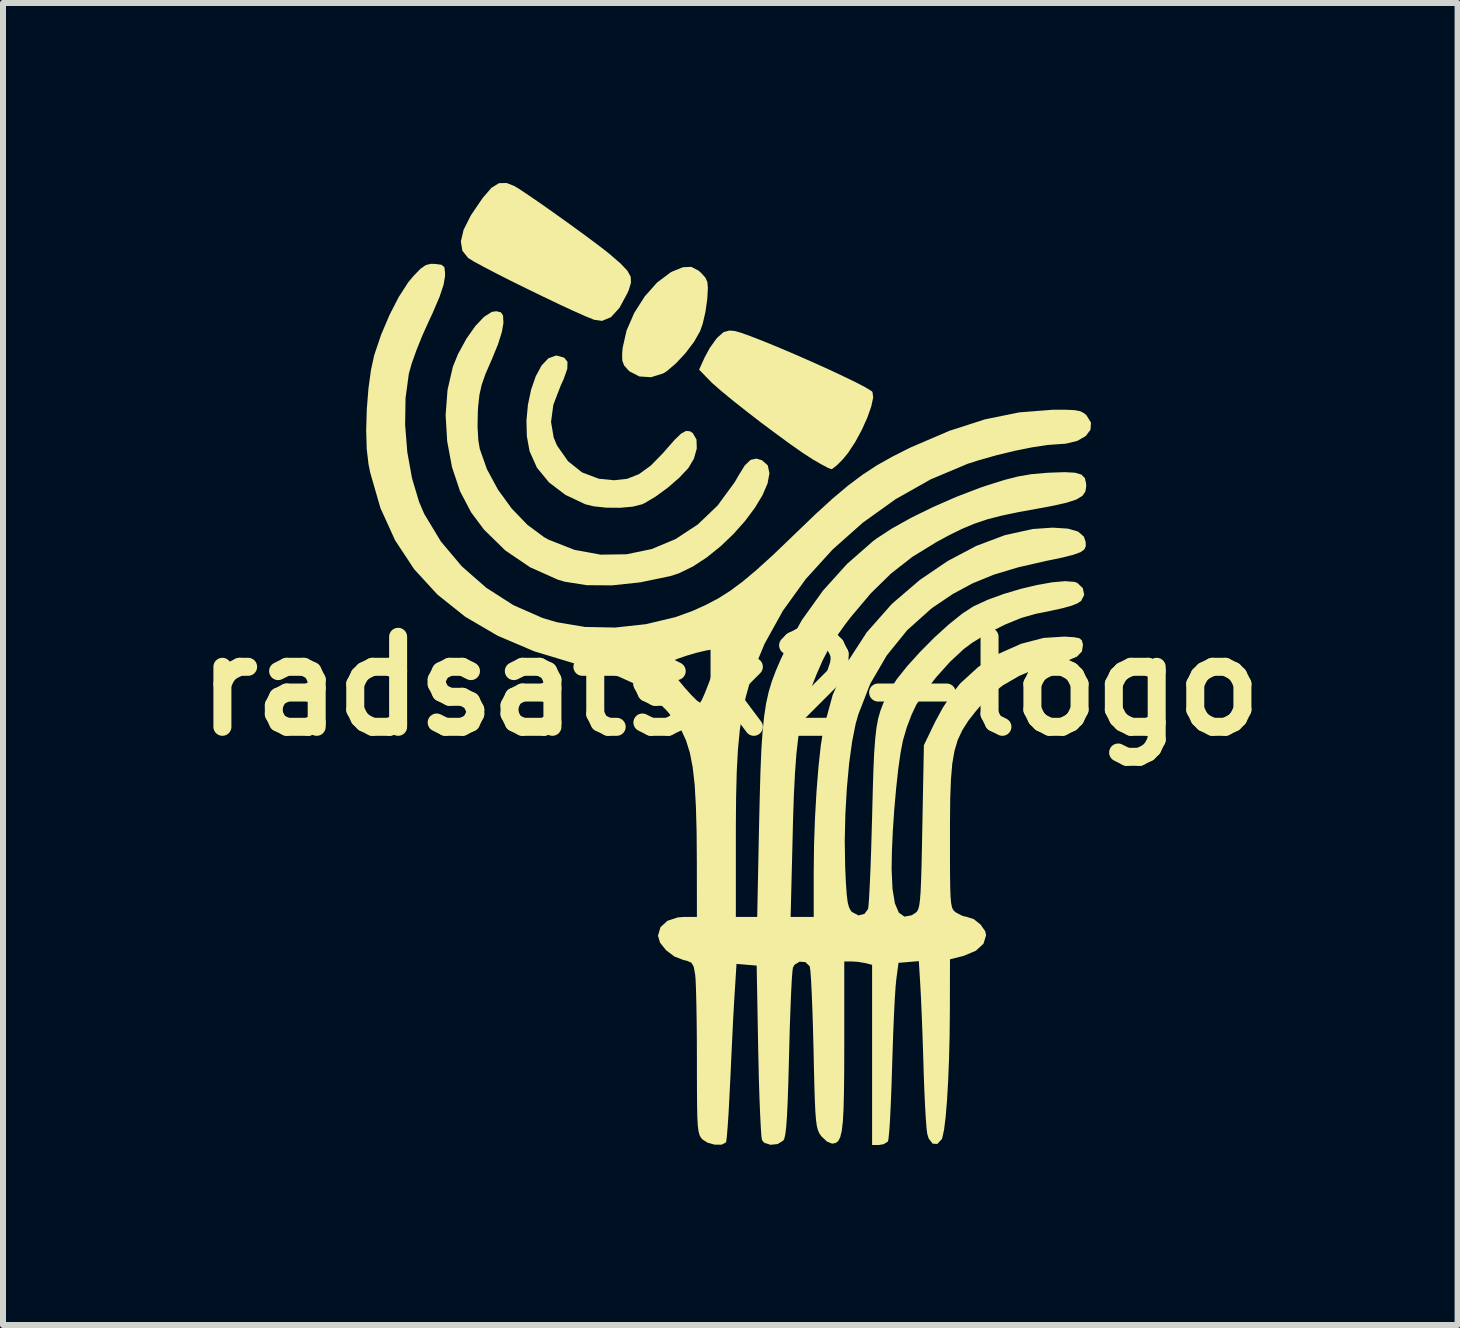
<source format=kicad_pcb>
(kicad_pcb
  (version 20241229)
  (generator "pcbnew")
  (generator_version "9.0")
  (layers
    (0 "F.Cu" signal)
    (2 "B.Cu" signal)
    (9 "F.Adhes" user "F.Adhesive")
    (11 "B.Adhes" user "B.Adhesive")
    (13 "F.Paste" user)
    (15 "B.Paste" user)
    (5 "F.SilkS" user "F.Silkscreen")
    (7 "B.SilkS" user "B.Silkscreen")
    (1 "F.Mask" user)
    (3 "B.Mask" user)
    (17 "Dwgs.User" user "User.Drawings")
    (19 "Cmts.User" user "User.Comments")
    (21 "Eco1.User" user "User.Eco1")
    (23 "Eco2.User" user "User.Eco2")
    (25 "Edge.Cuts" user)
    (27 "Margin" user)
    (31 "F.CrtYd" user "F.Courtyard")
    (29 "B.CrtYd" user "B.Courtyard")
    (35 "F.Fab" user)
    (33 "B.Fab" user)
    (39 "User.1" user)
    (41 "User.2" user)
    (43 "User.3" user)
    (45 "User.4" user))
  (footprint "radsatsk2-logo"
    (layer "F.Cu")
    (at 9.121 8.385)
    (property "Reference" "radsatsk2-logo" (at 0 0 0) (layer "F.SilkS") (effects (font (size 1.5 1.5) (thickness 0.3))))
    (attr board_only exclude_from_pos_files exclude_from_bom)
    (fp_poly (pts (xy -0.529 -6.925) (xy -0.478 -6.879) (xy -0.415 -6.808) (xy -0.382 -6.737) (xy -0.373 -6.638) (xy -0.381 -6.481) (xy -0.385 -6.44) (xy -0.413 -6.239) (xy -0.459 -6.04) (xy -0.503 -5.915) (xy -0.603 -5.739) (xy -0.745 -5.551) (xy -0.906 -5.378) (xy -1.059 -5.248) (xy -1.119 -5.211) (xy -1.321 -5.148) (xy -1.516 -5.161) (xy -1.68 -5.246) (xy -1.7 -5.265) (xy -1.769 -5.344) (xy -1.8 -5.425) (xy -1.802 -5.541) (xy -1.793 -5.641) (xy -1.728 -5.927) (xy -1.601 -6.219) (xy -1.426 -6.494) (xy -1.22 -6.726) (xy -0.998 -6.893) (xy -0.97 -6.908) (xy -0.79 -6.981) (xy -0.651 -6.988)) (stroke (width 0) (type solid)) (fill yes) (layer "F.SilkS"))
    (fp_poly (pts (xy -3.601 -8.336) (xy -3.507 -8.279) (xy -3.355 -8.177) (xy -3.161 -8.044) (xy -2.94 -7.888) (xy -2.709 -7.723) (xy -2.483 -7.559) (xy -2.279 -7.408) (xy -2.111 -7.281) (xy -2.002 -7.194) (xy -1.824 -7.039) (xy -1.713 -6.921) (xy -1.659 -6.822) (xy -1.655 -6.722) (xy -1.691 -6.603) (xy -1.714 -6.55) (xy -1.847 -6.304) (xy -1.988 -6.149) (xy -2.137 -6.087) (xy -2.271 -6.106) (xy -2.418 -6.166) (xy -2.62 -6.256) (xy -2.861 -6.368) (xy -3.126 -6.495) (xy -3.4 -6.628) (xy -3.667 -6.76) (xy -3.912 -6.884) (xy -4.12 -6.993) (xy -4.276 -7.078) (xy -4.365 -7.133) (xy -4.369 -7.136) (xy -4.465 -7.256) (xy -4.49 -7.412) (xy -4.444 -7.606) (xy -4.324 -7.845) (xy -4.129 -8.132) (xy -4.118 -8.146) (xy -3.98 -8.305) (xy -3.855 -8.382) (xy -3.726 -8.385)) (stroke (width 0) (type solid)) (fill yes) (layer "F.SilkS"))
    (fp_poly (pts (xy 0.07 -5.919) (xy 0.176 -5.89) (xy 0.345 -5.829) (xy 0.563 -5.744) (xy 0.814 -5.641) (xy 1.086 -5.525) (xy 1.364 -5.403) (xy 1.634 -5.281) (xy 1.882 -5.165) (xy 2.093 -5.063) (xy 2.254 -4.979) (xy 2.35 -4.92) (xy 2.37 -4.902) (xy 2.382 -4.81) (xy 2.35 -4.661) (xy 2.284 -4.474) (xy 2.192 -4.27) (xy 2.082 -4.067) (xy 1.963 -3.886) (xy 1.877 -3.781) (xy 1.781 -3.684) (xy 1.707 -3.625) (xy 1.686 -3.615) (xy 1.628 -3.638) (xy 1.516 -3.697) (xy 1.374 -3.779) (xy 1.374 -3.779) (xy 1.214 -3.883) (xy 1.008 -4.027) (xy 0.771 -4.2) (xy 0.519 -4.388) (xy 0.27 -4.58) (xy 0.04 -4.762) (xy -0.154 -4.922) (xy -0.297 -5.047) (xy -0.34 -5.09) (xy -0.519 -5.274) (xy -0.428 -5.476) (xy -0.343 -5.633) (xy -0.241 -5.777) (xy -0.212 -5.811) (xy -0.111 -5.9) (xy -0.014 -5.926)) (stroke (width 0) (type solid)) (fill yes) (layer "F.SilkS"))
    (fp_poly (pts (xy -2.884 -5.507) (xy -2.768 -5.474) (xy -2.713 -5.405) (xy -2.716 -5.289) (xy -2.777 -5.115) (xy -2.827 -5.006) (xy -2.949 -4.688) (xy -2.987 -4.403) (xy -2.943 -4.142) (xy -2.887 -4.009) (xy -2.703 -3.747) (xy -2.469 -3.561) (xy -2.19 -3.456) (xy -1.937 -3.431) (xy -1.719 -3.455) (xy -1.521 -3.533) (xy -1.326 -3.674) (xy -1.116 -3.889) (xy -1.072 -3.94) (xy -0.924 -4.108) (xy -0.817 -4.21) (xy -0.737 -4.253) (xy -0.67 -4.247) (xy -0.624 -4.216) (xy -0.563 -4.11) (xy -0.558 -3.959) (xy -0.606 -3.79) (xy -0.698 -3.635) (xy -0.847 -3.476) (xy -1.039 -3.309) (xy -1.245 -3.158) (xy -1.431 -3.048) (xy -1.47 -3.03) (xy -1.626 -2.991) (xy -1.837 -2.972) (xy -2.067 -2.974) (xy -2.28 -2.997) (xy -2.417 -3.031) (xy -2.747 -3.187) (xy -3.019 -3.393) (xy -3.222 -3.64) (xy -3.345 -3.916) (xy -3.39 -4.162) (xy -3.397 -4.425) (xy -3.372 -4.69) (xy -3.319 -4.941) (xy -3.242 -5.164) (xy -3.145 -5.343) (xy -3.033 -5.462) (xy -2.91 -5.508)) (stroke (width 0) (type solid)) (fill yes) (layer "F.SilkS"))
    (fp_poly (pts (xy -3.821 -6.229) (xy -3.787 -6.176) (xy -3.781 -6.062) (xy -3.781 -6.049) (xy -3.806 -5.904) (xy -3.87 -5.699) (xy -3.969 -5.456) (xy -3.984 -5.423) (xy -4.081 -5.199) (xy -4.143 -5.022) (xy -4.18 -4.857) (xy -4.201 -4.669) (xy -4.207 -4.58) (xy -4.212 -4.327) (xy -4.199 -4.098) (xy -4.175 -3.954) (xy -4.055 -3.614) (xy -3.872 -3.275) (xy -3.642 -2.959) (xy -3.381 -2.688) (xy -3.104 -2.483) (xy -3.025 -2.439) (xy -2.597 -2.271) (xy -2.162 -2.191) (xy -1.73 -2.197) (xy -1.31 -2.284) (xy -0.911 -2.451) (xy -0.541 -2.694) (xy -0.211 -3.01) (xy 0.072 -3.396) (xy 0.137 -3.508) (xy 0.243 -3.679) (xy 0.338 -3.77) (xy 0.436 -3.792) (xy 0.529 -3.764) (xy 0.625 -3.679) (xy 0.653 -3.547) (xy 0.622 -3.379) (xy 0.539 -3.185) (xy 0.412 -2.974) (xy 0.249 -2.755) (xy 0.056 -2.538) (xy -0.159 -2.332) (xy -0.387 -2.148) (xy -0.622 -1.994) (xy -0.856 -1.88) (xy -1.001 -1.833) (xy -1.502 -1.729) (xy -1.97 -1.679) (xy -2.393 -1.682) (xy -2.759 -1.74) (xy -2.874 -1.774) (xy -3.335 -1.98) (xy -3.75 -2.261) (xy -4.106 -2.61) (xy -4.318 -2.894) (xy -4.504 -3.248) (xy -4.638 -3.651) (xy -4.718 -4.08) (xy -4.744 -4.517) (xy -4.712 -4.938) (xy -4.623 -5.324) (xy -4.537 -5.535) (xy -4.396 -5.792) (xy -4.248 -6.002) (xy -4.104 -6.154) (xy -3.974 -6.237) (xy -3.899 -6.248)) (stroke (width 0) (type solid)) (fill yes) (layer "F.SilkS"))
    (fp_poly (pts (xy -4.917 -7.036) (xy -4.812 -7.022) (xy -4.765 -6.983) (xy -4.754 -6.893) (xy -4.754 -6.831) (xy -4.778 -6.689) (xy -4.846 -6.486) (xy -4.961 -6.217) (xy -5.024 -6.082) (xy -5.133 -5.84) (xy -5.232 -5.594) (xy -5.31 -5.374) (xy -5.357 -5.207) (xy -5.412 -4.799) (xy -5.419 -4.354) (xy -5.383 -3.901) (xy -5.304 -3.464) (xy -5.187 -3.072) (xy -5.1 -2.869) (xy -4.822 -2.409) (xy -4.474 -1.996) (xy -4.067 -1.639) (xy -3.614 -1.349) (xy -3.128 -1.135) (xy -2.891 -1.065) (xy -2.422 -0.986) (xy -1.919 -0.976) (xy -1.406 -1.032) (xy -0.909 -1.151) (xy -0.631 -1.252) (xy -0.409 -1.352) (xy -0.203 -1.46) (xy -0.001 -1.588) (xy 0.209 -1.744) (xy 0.441 -1.939) (xy 0.708 -2.181) (xy 1.021 -2.481) (xy 1.083 -2.541) (xy 1.417 -2.862) (xy 1.705 -3.125) (xy 1.962 -3.341) (xy 2.203 -3.522) (xy 2.443 -3.679) (xy 2.699 -3.823) (xy 2.984 -3.967) (xy 3.021 -3.984) (xy 3.65 -4.254) (xy 4.245 -4.446) (xy 4.816 -4.562) (xy 5.373 -4.606) (xy 5.387 -4.606) (xy 5.6 -4.606) (xy 5.742 -4.599) (xy 5.834 -4.581) (xy 5.897 -4.548) (xy 5.938 -4.512) (xy 6.012 -4.391) (xy 6.004 -4.273) (xy 5.925 -4.168) (xy 5.784 -4.087) (xy 5.591 -4.04) (xy 5.467 -4.032) (xy 5.279 -4.018) (xy 5.028 -3.979) (xy 4.74 -3.921) (xy 4.438 -3.848) (xy 4.147 -3.766) (xy 3.954 -3.704) (xy 3.343 -3.447) (xy 2.758 -3.117) (xy 2.209 -2.724) (xy 1.705 -2.276) (xy 1.258 -1.784) (xy 0.877 -1.256) (xy 0.571 -0.703) (xy 0.418 -0.335) (xy 0.329 -0.073) (xy 0.258 0.182) (xy 0.202 0.447) (xy 0.159 0.732) (xy 0.128 1.054) (xy 0.108 1.425) (xy 0.097 1.858) (xy 0.093 2.368) (xy 0.093 2.465) (xy 0.093 3.847) (xy 0.271 3.847) (xy 0.449 3.847) (xy 0.479 2.375) (xy 0.491 1.862) (xy 0.503 1.43) (xy 0.518 1.068) (xy 0.538 0.765) (xy 0.564 0.51) (xy 0.597 0.291) (xy 0.64 0.098) (xy 0.694 -0.082) (xy 0.76 -0.258) (xy 0.84 -0.443) (xy 0.908 -0.586) (xy 1.193 -1.1) (xy 1.545 -1.591) (xy 1.946 -2.036) (xy 2.377 -2.414) (xy 2.43 -2.454) (xy 2.688 -2.623) (xy 3.012 -2.804) (xy 3.381 -2.985) (xy 3.77 -3.155) (xy 4.158 -3.304) (xy 4.286 -3.347) (xy 4.569 -3.436) (xy 4.801 -3.495) (xy 5.018 -3.532) (xy 5.254 -3.553) (xy 5.318 -3.557) (xy 5.569 -3.566) (xy 5.742 -3.557) (xy 5.851 -3.526) (xy 5.91 -3.467) (xy 5.931 -3.376) (xy 5.933 -3.333) (xy 5.919 -3.243) (xy 5.869 -3.171) (xy 5.771 -3.111) (xy 5.614 -3.059) (xy 5.385 -3.007) (xy 5.168 -2.966) (xy 4.808 -2.901) (xy 4.518 -2.84) (xy 4.278 -2.778) (xy 4.066 -2.706) (xy 3.859 -2.619) (xy 3.638 -2.51) (xy 3.435 -2.4) (xy 3.036 -2.155) (xy 2.679 -1.876) (xy 2.342 -1.546) (xy 2.006 -1.147) (xy 1.926 -1.043) (xy 1.769 -0.825) (xy 1.645 -0.63) (xy 1.539 -0.428) (xy 1.435 -0.189) (xy 1.352 0.023) (xy 1.278 0.228) (xy 1.218 0.428) (xy 1.17 0.637) (xy 1.132 0.867) (xy 1.102 1.133) (xy 1.079 1.446) (xy 1.06 1.82) (xy 1.045 2.268) (xy 1.04 2.491) (xy 1.006 3.847) (xy 1.198 3.847) (xy 1.391 3.847) (xy 1.391 3.094) (xy 1.396 2.652) (xy 1.412 2.202) (xy 1.437 1.764) (xy 1.469 1.358) (xy 1.507 1.005) (xy 1.55 0.723) (xy 1.552 0.716) (xy 1.708 0.144) (xy 1.949 -0.394) (xy 2.274 -0.895) (xy 2.678 -1.353) (xy 2.721 -1.394) (xy 3.16 -1.77) (xy 3.624 -2.085) (xy 4.099 -2.336) (xy 4.575 -2.515) (xy 5.039 -2.618) (xy 5.372 -2.641) (xy 5.625 -2.625) (xy 5.796 -2.576) (xy 5.894 -2.491) (xy 5.924 -2.401) (xy 5.925 -2.33) (xy 5.899 -2.276) (xy 5.835 -2.231) (xy 5.719 -2.189) (xy 5.538 -2.143) (xy 5.278 -2.089) (xy 5.271 -2.088) (xy 4.796 -1.979) (xy 4.391 -1.857) (xy 4.035 -1.711) (xy 3.707 -1.534) (xy 3.383 -1.315) (xy 3.344 -1.286) (xy 2.948 -0.931) (xy 2.608 -0.511) (xy 2.333 -0.039) (xy 2.134 0.472) (xy 2.09 0.628) (xy 2.031 0.923) (xy 1.981 1.289) (xy 1.943 1.702) (xy 1.918 2.139) (xy 1.908 2.58) (xy 1.915 3) (xy 1.915 3.009) (xy 1.927 3.279) (xy 1.941 3.472) (xy 1.957 3.603) (xy 1.98 3.689) (xy 2.011 3.745) (xy 2.028 3.764) (xy 2.136 3.822) (xy 2.236 3.797) (xy 2.296 3.716) (xy 2.305 3.652) (xy 2.315 3.507) (xy 2.326 3.293) (xy 2.338 3.022) (xy 2.349 2.706) (xy 2.359 2.356) (xy 2.364 2.178) (xy 2.375 1.744) (xy 2.386 1.39) (xy 2.399 1.105) (xy 2.416 0.876) (xy 2.437 0.693) (xy 2.465 0.542) (xy 2.502 0.412) (xy 2.548 0.291) (xy 2.607 0.167) (xy 2.657 0.07) (xy 2.775 -0.115) (xy 2.951 -0.335) (xy 3.166 -0.572) (xy 3.401 -0.809) (xy 3.639 -1.025) (xy 3.861 -1.204) (xy 4.049 -1.327) (xy 4.057 -1.331) (xy 4.289 -1.438) (xy 4.555 -1.535) (xy 4.835 -1.619) (xy 5.111 -1.685) (xy 5.366 -1.73) (xy 5.58 -1.749) (xy 5.736 -1.737) (xy 5.784 -1.72) (xy 5.876 -1.632) (xy 5.899 -1.521) (xy 5.848 -1.42) (xy 5.846 -1.419) (xy 5.786 -1.379) (xy 5.689 -1.34) (xy 5.541 -1.299) (xy 5.327 -1.252) (xy 5.085 -1.203) (xy 4.847 -1.135) (xy 4.572 -1.022) (xy 4.291 -0.88) (xy 4.036 -0.725) (xy 3.893 -0.619) (xy 3.664 -0.406) (xy 3.432 -0.148) (xy 3.224 0.119) (xy 3.101 0.31) (xy 3.023 0.474) (xy 2.943 0.685) (xy 2.88 0.898) (xy 2.877 0.909) (xy 2.838 1.113) (xy 2.799 1.387) (xy 2.764 1.711) (xy 2.733 2.062) (xy 2.709 2.418) (xy 2.694 2.758) (xy 2.689 3.048) (xy 2.704 3.38) (xy 2.744 3.622) (xy 2.81 3.776) (xy 2.903 3.842) (xy 3.022 3.82) (xy 3.085 3.781) (xy 3.111 3.758) (xy 3.132 3.721) (xy 3.148 3.663) (xy 3.161 3.571) (xy 3.172 3.436) (xy 3.18 3.247) (xy 3.188 2.995) (xy 3.195 2.668) (xy 3.201 2.35) (xy 3.227 0.985) (xy 3.414 0.597) (xy 3.541 0.363) (xy 3.691 0.134) (xy 3.834 -0.046) (xy 4.131 -0.317) (xy 4.476 -0.54) (xy 4.846 -0.705) (xy 5.221 -0.803) (xy 5.567 -0.825) (xy 5.728 -0.815) (xy 5.818 -0.798) (xy 5.86 -0.763) (xy 5.876 -0.701) (xy 5.878 -0.687) (xy 5.861 -0.577) (xy 5.778 -0.491) (xy 5.619 -0.424) (xy 5.4 -0.375) (xy 5.114 -0.297) (xy 4.818 -0.171) (xy 4.543 -0.012) (xy 4.319 0.163) (xy 4.256 0.228) (xy 4.096 0.414) (xy 3.967 0.578) (xy 3.867 0.736) (xy 3.791 0.898) (xy 3.737 1.08) (xy 3.7 1.294) (xy 3.678 1.554) (xy 3.666 1.872) (xy 3.662 2.263) (xy 3.662 2.509) (xy 3.662 2.872) (xy 3.663 3.153) (xy 3.666 3.365) (xy 3.672 3.517) (xy 3.682 3.621) (xy 3.696 3.689) (xy 3.716 3.731) (xy 3.742 3.758) (xy 3.765 3.775) (xy 3.87 3.83) (xy 3.944 3.847) (xy 4.059 3.884) (xy 4.172 3.974) (xy 4.249 4.085) (xy 4.264 4.152) (xy 4.22 4.294) (xy 4.094 4.41) (xy 3.896 4.494) (xy 3.871 4.501) (xy 3.662 4.553) (xy 3.66 5.394) (xy 3.656 5.815) (xy 3.646 6.217) (xy 3.631 6.587) (xy 3.612 6.914) (xy 3.589 7.187) (xy 3.563 7.394) (xy 3.535 7.525) (xy 3.525 7.551) (xy 3.451 7.631) (xy 3.373 7.626) (xy 3.308 7.542) (xy 3.283 7.462) (xy 3.271 7.366) (xy 3.258 7.195) (xy 3.245 6.966) (xy 3.233 6.695) (xy 3.222 6.402) (xy 3.222 6.373) (xy 3.212 6.054) (xy 3.201 5.733) (xy 3.189 5.435) (xy 3.178 5.184) (xy 3.169 5.015) (xy 3.143 4.584) (xy 2.973 4.598) (xy 2.804 4.612) (xy 2.767 4.89) (xy 2.755 5.014) (xy 2.742 5.214) (xy 2.729 5.474) (xy 2.716 5.777) (xy 2.705 6.107) (xy 2.697 6.35) (xy 2.687 6.674) (xy 2.675 6.968) (xy 2.663 7.221) (xy 2.65 7.417) (xy 2.637 7.545) (xy 2.628 7.59) (xy 2.556 7.635) (xy 2.477 7.648) (xy 2.364 7.648) (xy 2.364 6.147) (xy 2.364 4.646) (xy 2.26 4.618) (xy 2.13 4.596) (xy 2.028 4.589) (xy 1.9 4.589) (xy 1.9 5.991) (xy 1.899 6.425) (xy 1.895 6.776) (xy 1.888 7.052) (xy 1.876 7.262) (xy 1.858 7.414) (xy 1.833 7.517) (xy 1.801 7.581) (xy 1.759 7.614) (xy 1.707 7.624) (xy 1.695 7.625) (xy 1.611 7.59) (xy 1.52 7.505) (xy 1.512 7.495) (xy 1.484 7.452) (xy 1.461 7.401) (xy 1.443 7.331) (xy 1.429 7.23) (xy 1.418 7.088) (xy 1.409 6.893) (xy 1.401 6.635) (xy 1.393 6.301) (xy 1.388 6.058) (xy 1.379 5.716) (xy 1.369 5.401) (xy 1.358 5.127) (xy 1.347 4.906) (xy 1.336 4.75) (xy 1.325 4.673) (xy 1.324 4.67) (xy 1.252 4.6) (xy 1.155 4.593) (xy 1.07 4.645) (xy 1.044 4.693) (xy 1.035 4.765) (xy 1.024 4.917) (xy 1.013 5.136) (xy 1.002 5.41) (xy 0.991 5.725) (xy 0.982 6.07) (xy 0.98 6.147) (xy 0.969 6.563) (xy 0.958 6.895) (xy 0.946 7.151) (xy 0.933 7.339) (xy 0.918 7.467) (xy 0.9 7.544) (xy 0.886 7.572) (xy 0.791 7.632) (xy 0.672 7.645) (xy 0.569 7.612) (xy 0.529 7.567) (xy 0.519 7.501) (xy 0.509 7.355) (xy 0.498 7.141) (xy 0.487 6.87) (xy 0.477 6.555) (xy 0.469 6.208) (xy 0.466 6.072) (xy 0.44 4.658) (xy 0.272 4.644) (xy 0.104 4.63) (xy 0.074 5.108) (xy 0.062 5.306) (xy 0.047 5.572) (xy 0.032 5.885) (xy 0.016 6.218) (xy 0.001 6.551) (xy -0.000446 6.573) (xy -0.015 6.867) (xy -0.029 7.131) (xy -0.044 7.349) (xy -0.057 7.508) (xy -0.068 7.594) (xy -0.071 7.604) (xy -0.143 7.643) (xy -0.259 7.643) (xy -0.382 7.608) (xy -0.464 7.555) (xy -0.491 7.523) (xy -0.513 7.481) (xy -0.529 7.419) (xy -0.541 7.324) (xy -0.549 7.187) (xy -0.553 6.995) (xy -0.555 6.738) (xy -0.556 6.404) (xy -0.556 6.241) (xy -0.557 5.901) (xy -0.56 5.581) (xy -0.565 5.296) (xy -0.571 5.061) (xy -0.578 4.89) (xy -0.585 4.808) (xy -0.609 4.677) (xy -0.648 4.609) (xy -0.726 4.577) (xy -0.777 4.566) (xy -0.931 4.507) (xy -1.071 4.401) (xy -1.171 4.275) (xy -1.205 4.16) (xy -1.163 4.018) (xy -1.048 3.912) (xy -0.874 3.855) (xy -0.773 3.847) (xy -0.556 3.847) (xy -0.557 2.932) (xy -0.561 2.425) (xy -0.573 2) (xy -0.593 1.647) (xy -0.626 1.354) (xy -0.673 1.112) (xy -0.736 0.909) (xy -0.816 0.734) (xy -0.918 0.578) (xy -1.041 0.429) (xy -1.066 0.402) (xy -1.251 0.217) (xy -1.43 0.07) (xy -1.622 -0.051) (xy -1.845 -0.153) (xy -2.118 -0.247) (xy -2.458 -0.342) (xy -2.566 -0.369) (xy -1.044 -0.369) (xy -1.026 -0.32) (xy -0.961 -0.225) (xy -0.865 -0.101) (xy -0.755 0.031) (xy -0.647 0.151) (xy -0.559 0.239) (xy -0.505 0.276) (xy -0.504 0.277) (xy -0.477 0.237) (xy -0.428 0.128) (xy -0.365 -0.031) (xy -0.324 -0.142) (xy -0.247 -0.371) (xy -0.211 -0.527) (xy -0.215 -0.604) (xy -0.217 -0.607) (xy -0.279 -0.613) (xy -0.401 -0.594) (xy -0.559 -0.556) (xy -0.728 -0.507) (xy -0.882 -0.454) (xy -0.997 -0.404) (xy -1.044 -0.369) (xy -2.566 -0.369) (xy -2.576 -0.371) (xy -3.265 -0.579) (xy -3.878 -0.84) (xy -4.416 -1.155) (xy -4.88 -1.525) (xy -5.269 -1.949) (xy -5.586 -2.43) (xy -5.83 -2.966) (xy -6.001 -3.559) (xy -6.029 -3.697) (xy -6.059 -3.951) (xy -6.068 -4.265) (xy -6.058 -4.61) (xy -6.031 -4.954) (xy -5.988 -5.269) (xy -5.934 -5.516) (xy -5.82 -5.854) (xy -5.68 -6.184) (xy -5.526 -6.484) (xy -5.368 -6.729) (xy -5.281 -6.834) (xy -5.163 -6.955) (xy -5.075 -7.017) (xy -4.989 -7.038)) (stroke (width 0) (type solid)) (fill yes) (layer "F.SilkS")))
  (gr_rect
    (start -3 -3)
    (end 21.243 19.033)
    (stroke (width 0.1) (type default))
    (fill no)
    (layer "Edge.Cuts")))
</source>
